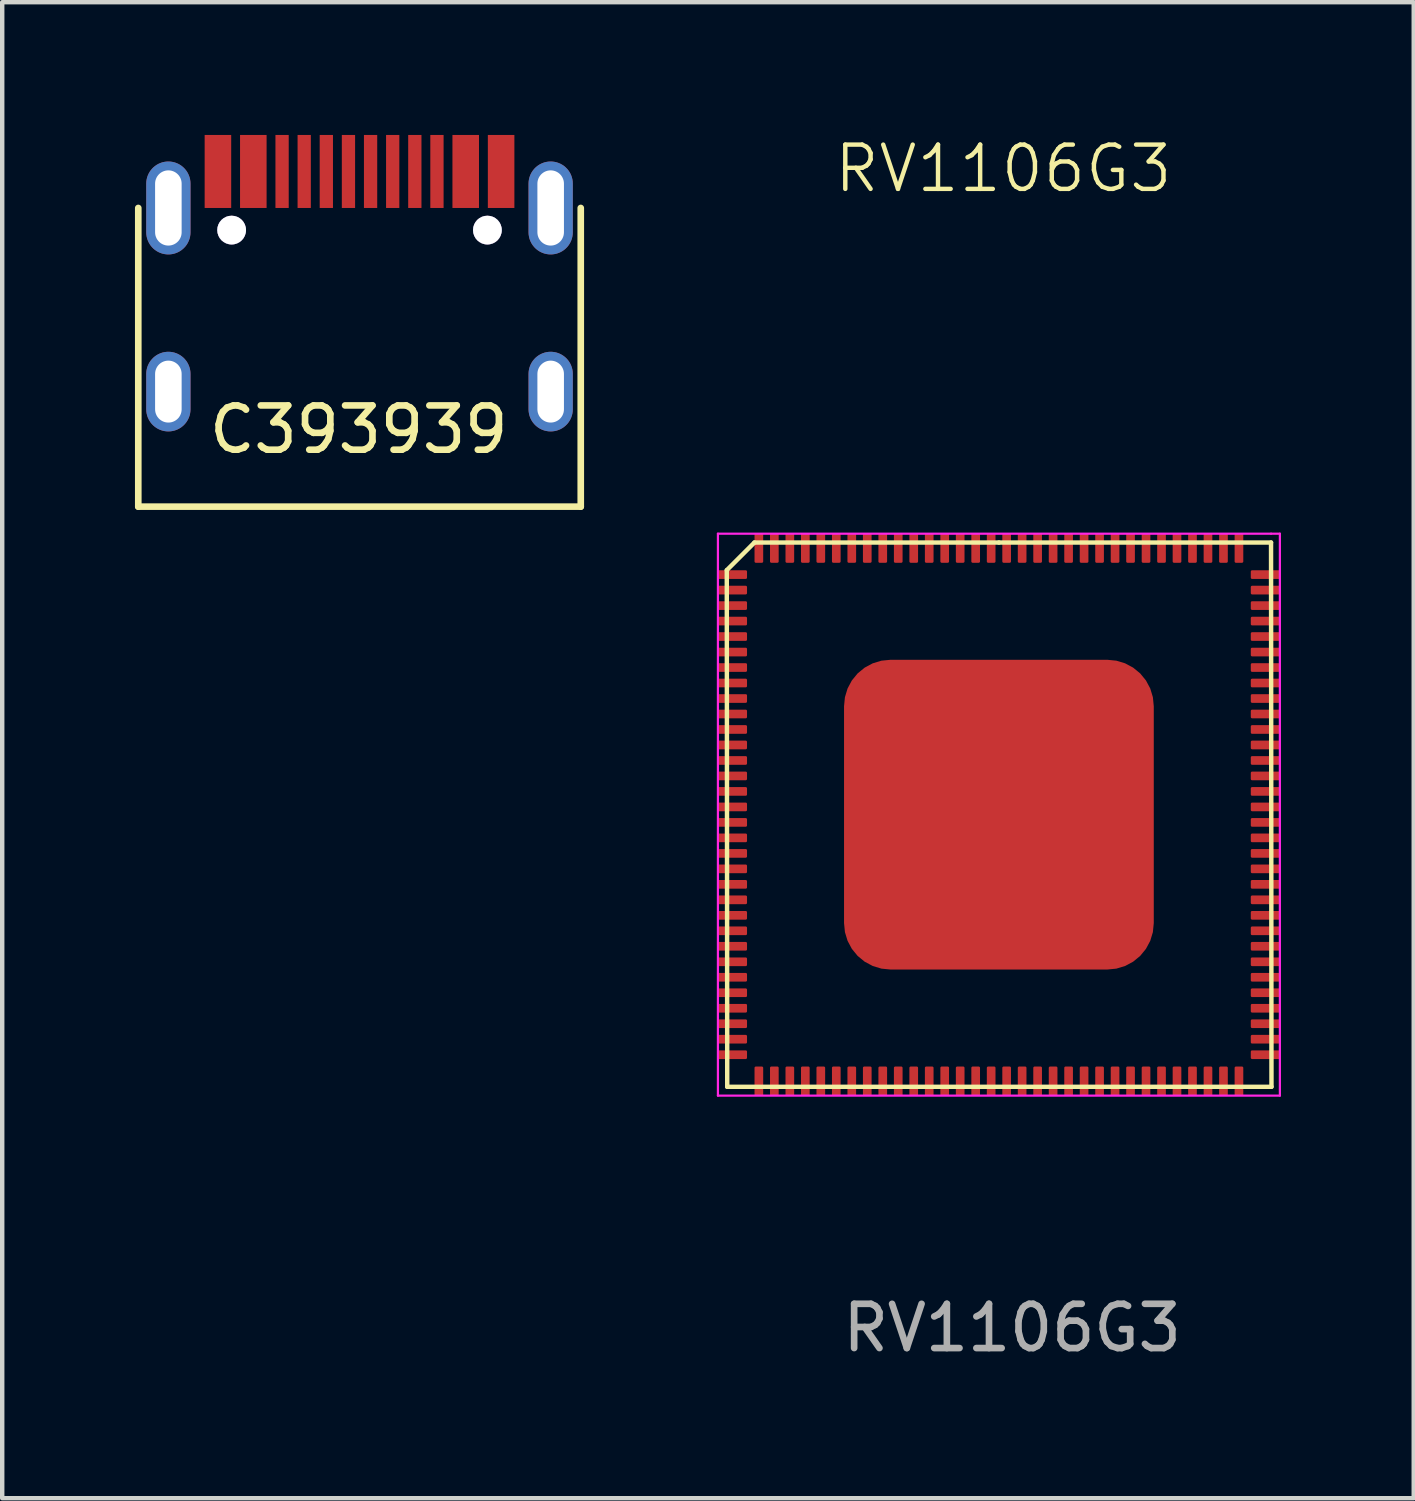
<source format=kicad_pcb>
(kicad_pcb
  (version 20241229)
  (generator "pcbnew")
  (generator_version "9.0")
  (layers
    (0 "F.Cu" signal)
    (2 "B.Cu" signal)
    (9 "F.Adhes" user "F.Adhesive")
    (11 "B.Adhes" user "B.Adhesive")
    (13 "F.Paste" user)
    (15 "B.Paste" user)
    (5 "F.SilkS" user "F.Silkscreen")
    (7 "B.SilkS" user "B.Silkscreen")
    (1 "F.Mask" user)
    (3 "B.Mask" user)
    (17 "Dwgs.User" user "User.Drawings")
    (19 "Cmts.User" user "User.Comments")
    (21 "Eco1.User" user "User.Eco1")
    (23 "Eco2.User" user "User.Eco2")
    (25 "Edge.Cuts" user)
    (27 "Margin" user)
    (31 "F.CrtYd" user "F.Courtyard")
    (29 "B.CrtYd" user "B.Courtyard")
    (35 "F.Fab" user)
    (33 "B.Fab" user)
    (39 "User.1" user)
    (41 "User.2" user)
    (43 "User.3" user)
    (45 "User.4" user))
  (footprint "RV1106G3"
    (layer "F.Cu")
    (at 19.525 15.361)
    (property "Reference" "RV1106G3" (at 0.1 -14.6 0) (unlocked yes) (layer "F.SilkS") (effects (font (size 1 1) (thickness 0.1))))
    (attr smd)
    (fp_line (start -6.15 -5.525) (end -6.14 6.15) (stroke (width 0.1) (type default)) (layer "F.SilkS"))
    (fp_line (start -6.15 -5.525) (end -5.525 -6.15) (stroke (width 0.1) (type default)) (layer "F.SilkS"))
    (fp_line (start -5.525 -6.15) (end 0 -6.15) (stroke (width 0.1) (type default)) (layer "F.SilkS"))
    (fp_line (start 0 -6.15) (end 6.15 -6.15) (stroke (width 0.1) (type default)) (layer "F.SilkS"))
    (fp_line (start 6.15 -6.15) (end 6.16 6.15) (stroke (width 0.1) (type default)) (layer "F.SilkS"))
    (fp_line (start 6.16 6.15) (end -6.14 6.15) (stroke (width 0.1) (type default)) (layer "F.SilkS"))
    (fp_line (start -6.35 -6.35) (end 6.15 -6.35) (stroke (width 0.05) (type default)) (layer "F.CrtYd"))
    (fp_line (start -6.35 6.35) (end -6.35 -6.35) (stroke (width 0.05) (type default)) (layer "F.CrtYd"))
    (fp_line (start 6.15 -6.35) (end 6.35 -6.35) (stroke (width 0.05) (type default)) (layer "F.CrtYd"))
    (fp_line (start 6.35 -6.35) (end 6.35 6.35) (stroke (width 0.05) (type default)) (layer "F.CrtYd"))
    (fp_line (start 6.35 6.35) (end -6.35 6.35) (stroke (width 0.05) (type default)) (layer "F.CrtYd"))
    (fp_text user "${REFERENCE}" (at 0.3 11.6 0) (unlocked yes) (layer "F.Fab") (effects (font (size 1 1) (thickness 0.15))))
    (pad "1" smd roundrect (at -6.025 -5.425) (size 0.665 0.196) (layers "F.Cu" "F.Mask" "F.Paste") (roundrect_rratio 0.15))
    (pad "2" smd roundrect (at -6.025 -5.075) (size 0.665 0.196) (layers "F.Cu" "F.Mask" "F.Paste") (roundrect_rratio 0.15))
    (pad "3" smd roundrect (at -6.025 -4.725) (size 0.665 0.196) (layers "F.Cu" "F.Mask" "F.Paste") (roundrect_rratio 0.15))
    (pad "4" smd roundrect (at -6.025 -4.375) (size 0.665 0.196) (layers "F.Cu" "F.Mask" "F.Paste") (roundrect_rratio 0.15))
    (pad "5" smd roundrect (at -6.025 -4.025) (size 0.665 0.196) (layers "F.Cu" "F.Mask" "F.Paste") (roundrect_rratio 0.15))
    (pad "6" smd roundrect (at -6.025 -3.675) (size 0.665 0.196) (layers "F.Cu" "F.Mask" "F.Paste") (roundrect_rratio 0.15))
    (pad "7" smd roundrect (at -6.025 -3.325) (size 0.665 0.196) (layers "F.Cu" "F.Mask" "F.Paste") (roundrect_rratio 0.15))
    (pad "8" smd roundrect (at -6.025 -2.975) (size 0.665 0.196) (layers "F.Cu" "F.Mask" "F.Paste") (roundrect_rratio 0.15))
    (pad "9" smd roundrect (at -6.025 -2.625) (size 0.665 0.196) (layers "F.Cu" "F.Mask" "F.Paste") (roundrect_rratio 0.15))
    (pad "10" smd roundrect (at -6.025 -2.275) (size 0.665 0.196) (layers "F.Cu" "F.Mask" "F.Paste") (roundrect_rratio 0.15))
    (pad "11" smd roundrect (at -6.025 -1.925) (size 0.665 0.196) (layers "F.Cu" "F.Mask" "F.Paste") (roundrect_rratio 0.15))
    (pad "12" smd roundrect (at -6.025 -1.575) (size 0.665 0.196) (layers "F.Cu" "F.Mask" "F.Paste") (roundrect_rratio 0.15))
    (pad "13" smd roundrect (at -6.025 -1.225) (size 0.665 0.196) (layers "F.Cu" "F.Mask" "F.Paste") (roundrect_rratio 0.15))
    (pad "14" smd roundrect (at -6.025 -0.875) (size 0.665 0.196) (layers "F.Cu" "F.Mask" "F.Paste") (roundrect_rratio 0.15))
    (pad "15" smd roundrect (at -6.025 -0.525) (size 0.665 0.196) (layers "F.Cu" "F.Mask" "F.Paste") (roundrect_rratio 0.15))
    (pad "16" smd roundrect (at -6.025 -0.175) (size 0.665 0.196) (layers "F.Cu" "F.Mask" "F.Paste") (roundrect_rratio 0.15))
    (pad "17" smd roundrect (at -6.025 0.175) (size 0.665 0.196) (layers "F.Cu" "F.Mask" "F.Paste") (roundrect_rratio 0.15))
    (pad "18" smd roundrect (at -6.025 0.525) (size 0.665 0.196) (layers "F.Cu" "F.Mask" "F.Paste") (roundrect_rratio 0.15))
    (pad "19" smd roundrect (at -6.025 0.875) (size 0.665 0.196) (layers "F.Cu" "F.Mask" "F.Paste") (roundrect_rratio 0.15))
    (pad "20" smd roundrect (at -6.025 1.225) (size 0.665 0.196) (layers "F.Cu" "F.Mask" "F.Paste") (roundrect_rratio 0.15))
    (pad "21" smd roundrect (at -6.025 1.575) (size 0.665 0.196) (layers "F.Cu" "F.Mask" "F.Paste") (roundrect_rratio 0.15))
    (pad "22" smd roundrect (at -6.025 1.925) (size 0.665 0.196) (layers "F.Cu" "F.Mask" "F.Paste") (roundrect_rratio 0.15))
    (pad "23" smd roundrect (at -6.025 2.275) (size 0.665 0.196) (layers "F.Cu" "F.Mask" "F.Paste") (roundrect_rratio 0.15))
    (pad "24" smd roundrect (at -6.025 2.625) (size 0.665 0.196) (layers "F.Cu" "F.Mask" "F.Paste") (roundrect_rratio 0.15))
    (pad "25" smd roundrect (at -6.025 2.975) (size 0.665 0.196) (layers "F.Cu" "F.Mask" "F.Paste") (roundrect_rratio 0.15))
    (pad "26" smd roundrect (at -6.025 3.325) (size 0.665 0.196) (layers "F.Cu" "F.Mask" "F.Paste") (roundrect_rratio 0.15))
    (pad "27" smd roundrect (at -6.025 3.675) (size 0.665 0.196) (layers "F.Cu" "F.Mask" "F.Paste") (roundrect_rratio 0.15))
    (pad "28" smd roundrect (at -6.025 4.025) (size 0.665 0.196) (layers "F.Cu" "F.Mask" "F.Paste") (roundrect_rratio 0.15))
    (pad "29" smd roundrect (at -6.025 4.375) (size 0.665 0.196) (layers "F.Cu" "F.Mask" "F.Paste") (roundrect_rratio 0.15))
    (pad "30" smd roundrect (at -6.025 4.725) (size 0.665 0.196) (layers "F.Cu" "F.Mask" "F.Paste") (roundrect_rratio 0.15))
    (pad "31" smd roundrect (at -6.025 5.075) (size 0.665 0.196) (layers "F.Cu" "F.Mask" "F.Paste") (roundrect_rratio 0.15))
    (pad "32" smd roundrect (at -6.025 5.425) (size 0.665 0.196) (layers "F.Cu" "F.Mask" "F.Paste") (roundrect_rratio 0.15))
    (pad "33" smd roundrect (at -5.425 6.025 90) (size 0.665 0.196) (layers "F.Cu" "F.Mask" "F.Paste") (roundrect_rratio 0.15))
    (pad "34" smd roundrect (at -5.075 6.025 90) (size 0.665 0.196) (layers "F.Cu" "F.Mask" "F.Paste") (roundrect_rratio 0.15))
    (pad "35" smd roundrect (at -4.725 6.025 90) (size 0.665 0.196) (layers "F.Cu" "F.Mask" "F.Paste") (roundrect_rratio 0.15))
    (pad "36" smd roundrect (at -4.375 6.025 90) (size 0.665 0.196) (layers "F.Cu" "F.Mask" "F.Paste") (roundrect_rratio 0.15))
    (pad "37" smd roundrect (at -4.025 6.025 90) (size 0.665 0.196) (layers "F.Cu" "F.Mask" "F.Paste") (roundrect_rratio 0.15))
    (pad "38" smd roundrect (at -3.675 6.025 90) (size 0.665 0.196) (layers "F.Cu" "F.Mask" "F.Paste") (roundrect_rratio 0.15))
    (pad "39" smd roundrect (at -3.325 6.025 90) (size 0.665 0.196) (layers "F.Cu" "F.Mask" "F.Paste") (roundrect_rratio 0.15))
    (pad "40" smd roundrect (at -2.975 6.025 90) (size 0.665 0.196) (layers "F.Cu" "F.Mask" "F.Paste") (roundrect_rratio 0.15))
    (pad "41" smd roundrect (at -2.625 6.025 90) (size 0.665 0.196) (layers "F.Cu" "F.Mask" "F.Paste") (roundrect_rratio 0.15))
    (pad "42" smd roundrect (at -2.275 6.025 90) (size 0.665 0.196) (layers "F.Cu" "F.Mask" "F.Paste") (roundrect_rratio 0.15))
    (pad "43" smd roundrect (at -1.925 6.025 90) (size 0.665 0.196) (layers "F.Cu" "F.Mask" "F.Paste") (roundrect_rratio 0.15))
    (pad "44" smd roundrect (at -1.575 6.025 90) (size 0.665 0.196) (layers "F.Cu" "F.Mask" "F.Paste") (roundrect_rratio 0.15))
    (pad "45" smd roundrect (at -1.225 6.025 90) (size 0.665 0.196) (layers "F.Cu" "F.Mask" "F.Paste") (roundrect_rratio 0.15))
    (pad "46" smd roundrect (at -0.875 6.025 90) (size 0.665 0.196) (layers "F.Cu" "F.Mask" "F.Paste") (roundrect_rratio 0.15))
    (pad "47" smd roundrect (at -0.525 6.025 90) (size 0.665 0.196) (layers "F.Cu" "F.Mask" "F.Paste") (roundrect_rratio 0.15))
    (pad "48" smd roundrect (at -0.175 6.025 90) (size 0.665 0.196) (layers "F.Cu" "F.Mask" "F.Paste") (roundrect_rratio 0.15))
    (pad "49" smd roundrect (at 0.175 6.025 90) (size 0.665 0.196) (layers "F.Cu" "F.Mask" "F.Paste") (roundrect_rratio 0.15))
    (pad "50" smd roundrect (at 0.525 6.025 90) (size 0.665 0.196) (layers "F.Cu" "F.Mask" "F.Paste") (roundrect_rratio 0.15))
    (pad "51" smd roundrect (at 0.875 6.025 90) (size 0.665 0.196) (layers "F.Cu" "F.Mask" "F.Paste") (roundrect_rratio 0.15))
    (pad "52" smd roundrect (at 1.225 6.025 90) (size 0.665 0.196) (layers "F.Cu" "F.Mask" "F.Paste") (roundrect_rratio 0.15))
    (pad "53" smd roundrect (at 1.575 6.025 90) (size 0.665 0.196) (layers "F.Cu" "F.Mask" "F.Paste") (roundrect_rratio 0.15))
    (pad "54" smd roundrect (at 1.925 6.025 90) (size 0.665 0.196) (layers "F.Cu" "F.Mask" "F.Paste") (roundrect_rratio 0.15))
    (pad "55" smd roundrect (at 2.275 6.025 90) (size 0.665 0.196) (layers "F.Cu" "F.Mask" "F.Paste") (roundrect_rratio 0.15))
    (pad "56" smd roundrect (at 2.625 6.025 90) (size 0.665 0.196) (layers "F.Cu" "F.Mask" "F.Paste") (roundrect_rratio 0.15))
    (pad "57" smd roundrect (at 2.975 6.025 90) (size 0.665 0.196) (layers "F.Cu" "F.Mask" "F.Paste") (roundrect_rratio 0.15))
    (pad "58" smd roundrect (at 3.325 6.025 90) (size 0.665 0.196) (layers "F.Cu" "F.Mask" "F.Paste") (roundrect_rratio 0.15))
    (pad "59" smd roundrect (at 3.675 6.025 90) (size 0.665 0.196) (layers "F.Cu" "F.Mask" "F.Paste") (roundrect_rratio 0.15))
    (pad "60" smd roundrect (at 4.025 6.025 90) (size 0.665 0.196) (layers "F.Cu" "F.Mask" "F.Paste") (roundrect_rratio 0.15))
    (pad "61" smd roundrect (at 4.375 6.025 90) (size 0.665 0.196) (layers "F.Cu" "F.Mask" "F.Paste") (roundrect_rratio 0.15))
    (pad "62" smd roundrect (at 4.725 6.025 90) (size 0.665 0.196) (layers "F.Cu" "F.Mask" "F.Paste") (roundrect_rratio 0.15))
    (pad "63" smd roundrect (at 5.075 6.025 90) (size 0.665 0.196) (layers "F.Cu" "F.Mask" "F.Paste") (roundrect_rratio 0.15))
    (pad "64" smd roundrect (at 5.425 6.025 90) (size 0.665 0.196) (layers "F.Cu" "F.Mask" "F.Paste") (roundrect_rratio 0.15))
    (pad "65" smd roundrect (at 6.025 5.425) (size 0.665 0.196) (layers "F.Cu" "F.Mask" "F.Paste") (roundrect_rratio 0.15))
    (pad "66" smd roundrect (at 6.025 5.075) (size 0.665 0.196) (layers "F.Cu" "F.Mask" "F.Paste") (roundrect_rratio 0.15))
    (pad "67" smd roundrect (at 6.025 4.725) (size 0.665 0.196) (layers "F.Cu" "F.Mask" "F.Paste") (roundrect_rratio 0.15))
    (pad "68" smd roundrect (at 6.025 4.375) (size 0.665 0.196) (layers "F.Cu" "F.Mask" "F.Paste") (roundrect_rratio 0.15))
    (pad "69" smd roundrect (at 6.025 4.025) (size 0.665 0.196) (layers "F.Cu" "F.Mask" "F.Paste") (roundrect_rratio 0.15))
    (pad "70" smd roundrect (at 6.025 3.675) (size 0.665 0.196) (layers "F.Cu" "F.Mask" "F.Paste") (roundrect_rratio 0.15))
    (pad "71" smd roundrect (at 6.025 3.325) (size 0.665 0.196) (layers "F.Cu" "F.Mask" "F.Paste") (roundrect_rratio 0.15))
    (pad "72" smd roundrect (at 6.025 2.975) (size 0.665 0.196) (layers "F.Cu" "F.Mask" "F.Paste") (roundrect_rratio 0.15))
    (pad "73" smd roundrect (at 6.025 2.625) (size 0.665 0.196) (layers "F.Cu" "F.Mask" "F.Paste") (roundrect_rratio 0.15))
    (pad "74" smd roundrect (at 6.025 2.275) (size 0.665 0.196) (layers "F.Cu" "F.Mask" "F.Paste") (roundrect_rratio 0.15))
    (pad "75" smd roundrect (at 6.025 1.925) (size 0.665 0.196) (layers "F.Cu" "F.Mask" "F.Paste") (roundrect_rratio 0.15))
    (pad "76" smd roundrect (at 6.025 1.575) (size 0.665 0.196) (layers "F.Cu" "F.Mask" "F.Paste") (roundrect_rratio 0.15))
    (pad "77" smd roundrect (at 6.025 1.225) (size 0.665 0.196) (layers "F.Cu" "F.Mask" "F.Paste") (roundrect_rratio 0.15))
    (pad "78" smd roundrect (at 6.025 0.875) (size 0.665 0.196) (layers "F.Cu" "F.Mask" "F.Paste") (roundrect_rratio 0.15))
    (pad "79" smd roundrect (at 6.025 0.525) (size 0.665 0.196) (layers "F.Cu" "F.Mask" "F.Paste") (roundrect_rratio 0.15))
    (pad "80" smd roundrect (at 6.025 0.175) (size 0.665 0.196) (layers "F.Cu" "F.Mask" "F.Paste") (roundrect_rratio 0.15))
    (pad "81" smd roundrect (at 6.025 -0.175) (size 0.665 0.196) (layers "F.Cu" "F.Mask" "F.Paste") (roundrect_rratio 0.15))
    (pad "82" smd roundrect (at 6.025 -0.525) (size 0.665 0.196) (layers "F.Cu" "F.Mask" "F.Paste") (roundrect_rratio 0.15))
    (pad "83" smd roundrect (at 6.025 -0.875) (size 0.665 0.196) (layers "F.Cu" "F.Mask" "F.Paste") (roundrect_rratio 0.15))
    (pad "84" smd roundrect (at 6.025 -1.225) (size 0.665 0.196) (layers "F.Cu" "F.Mask" "F.Paste") (roundrect_rratio 0.15))
    (pad "85" smd roundrect (at 6.025 -1.575) (size 0.665 0.196) (layers "F.Cu" "F.Mask" "F.Paste") (roundrect_rratio 0.15))
    (pad "86" smd roundrect (at 6.025 -1.925) (size 0.665 0.196) (layers "F.Cu" "F.Mask" "F.Paste") (roundrect_rratio 0.15))
    (pad "87" smd roundrect (at 6.025 -2.275) (size 0.665 0.196) (layers "F.Cu" "F.Mask" "F.Paste") (roundrect_rratio 0.15))
    (pad "88" smd roundrect (at 6.025 -2.625) (size 0.665 0.196) (layers "F.Cu" "F.Mask" "F.Paste") (roundrect_rratio 0.15))
    (pad "89" smd roundrect (at 6.025 -2.975) (size 0.665 0.196) (layers "F.Cu" "F.Mask" "F.Paste") (roundrect_rratio 0.15))
    (pad "90" smd roundrect (at 6.025 -3.325) (size 0.665 0.196) (layers "F.Cu" "F.Mask" "F.Paste") (roundrect_rratio 0.15))
    (pad "91" smd roundrect (at 6.025 -3.675) (size 0.665 0.196) (layers "F.Cu" "F.Mask" "F.Paste") (roundrect_rratio 0.15))
    (pad "92" smd roundrect (at 6.025 -4.025) (size 0.665 0.196) (layers "F.Cu" "F.Mask" "F.Paste") (roundrect_rratio 0.15))
    (pad "93" smd roundrect (at 6.025 -4.375) (size 0.665 0.196) (layers "F.Cu" "F.Mask" "F.Paste") (roundrect_rratio 0.15))
    (pad "94" smd roundrect (at 6.025 -4.725) (size 0.665 0.196) (layers "F.Cu" "F.Mask" "F.Paste") (roundrect_rratio 0.15))
    (pad "95" smd roundrect (at 6.025 -5.075) (size 0.665 0.196) (layers "F.Cu" "F.Mask" "F.Paste") (roundrect_rratio 0.15))
    (pad "96" smd roundrect (at 6.025 -5.425) (size 0.665 0.196) (layers "F.Cu" "F.Mask" "F.Paste") (roundrect_rratio 0.15))
    (pad "97" smd roundrect (at 5.425 -6.025 90) (size 0.665 0.196) (layers "F.Cu" "F.Mask" "F.Paste") (roundrect_rratio 0.15))
    (pad "98" smd roundrect (at 5.075 -6.025 90) (size 0.665 0.196) (layers "F.Cu" "F.Mask" "F.Paste") (roundrect_rratio 0.15))
    (pad "99" smd roundrect (at 4.725 -6.025 90) (size 0.665 0.196) (layers "F.Cu" "F.Mask" "F.Paste") (roundrect_rratio 0.15))
    (pad "100" smd roundrect (at 4.375 -6.025 90) (size 0.665 0.196) (layers "F.Cu" "F.Mask" "F.Paste") (roundrect_rratio 0.15))
    (pad "101" smd roundrect (at 4.025 -6.025 90) (size 0.665 0.196) (layers "F.Cu" "F.Mask" "F.Paste") (roundrect_rratio 0.15))
    (pad "102" smd roundrect (at 3.675 -6.025 90) (size 0.665 0.196) (layers "F.Cu" "F.Mask" "F.Paste") (roundrect_rratio 0.15))
    (pad "103" smd roundrect (at 3.325 -6.025 90) (size 0.665 0.196) (layers "F.Cu" "F.Mask" "F.Paste") (roundrect_rratio 0.15))
    (pad "104" smd roundrect (at 2.975 -6.025 90) (size 0.665 0.196) (layers "F.Cu" "F.Mask" "F.Paste") (roundrect_rratio 0.15))
    (pad "105" smd roundrect (at 2.625 -6.025 90) (size 0.665 0.196) (layers "F.Cu" "F.Mask" "F.Paste") (roundrect_rratio 0.15))
    (pad "106" smd roundrect (at 2.275 -6.025 90) (size 0.665 0.196) (layers "F.Cu" "F.Mask" "F.Paste") (roundrect_rratio 0.15))
    (pad "107" smd roundrect (at 1.925 -6.025 90) (size 0.665 0.196) (layers "F.Cu" "F.Mask" "F.Paste") (roundrect_rratio 0.15))
    (pad "108" smd roundrect (at 1.575 -6.025 90) (size 0.665 0.196) (layers "F.Cu" "F.Mask" "F.Paste") (roundrect_rratio 0.15))
    (pad "109" smd roundrect (at 1.225 -6.025 90) (size 0.665 0.196) (layers "F.Cu" "F.Mask" "F.Paste") (roundrect_rratio 0.15))
    (pad "110" smd roundrect (at 0.875 -6.025 90) (size 0.665 0.196) (layers "F.Cu" "F.Mask" "F.Paste") (roundrect_rratio 0.15))
    (pad "111" smd roundrect (at 0.525 -6.025 90) (size 0.665 0.196) (layers "F.Cu" "F.Mask" "F.Paste") (roundrect_rratio 0.15))
    (pad "112" smd roundrect (at 0.175 -6.025 90) (size 0.665 0.196) (layers "F.Cu" "F.Mask" "F.Paste") (roundrect_rratio 0.15))
    (pad "113" smd roundrect (at -0.175 -6.025 90) (size 0.665 0.196) (layers "F.Cu" "F.Mask" "F.Paste") (roundrect_rratio 0.15))
    (pad "114" smd roundrect (at -0.525 -6.025 90) (size 0.665 0.196) (layers "F.Cu" "F.Mask" "F.Paste") (roundrect_rratio 0.15))
    (pad "115" smd roundrect (at -0.875 -6.025 90) (size 0.665 0.196) (layers "F.Cu" "F.Mask" "F.Paste") (roundrect_rratio 0.15))
    (pad "116" smd roundrect (at -1.225 -6.025 90) (size 0.665 0.196) (layers "F.Cu" "F.Mask" "F.Paste") (roundrect_rratio 0.15))
    (pad "117" smd roundrect (at -1.575 -6.025 90) (size 0.665 0.196) (layers "F.Cu" "F.Mask" "F.Paste") (roundrect_rratio 0.15))
    (pad "118" smd roundrect (at -1.925 -6.025 90) (size 0.665 0.196) (layers "F.Cu" "F.Mask" "F.Paste") (roundrect_rratio 0.15))
    (pad "119" smd roundrect (at -2.275 -6.025 90) (size 0.665 0.196) (layers "F.Cu" "F.Mask" "F.Paste") (roundrect_rratio 0.15))
    (pad "120" smd roundrect (at -2.625 -6.025 90) (size 0.665 0.196) (layers "F.Cu" "F.Mask" "F.Paste") (roundrect_rratio 0.15))
    (pad "121" smd roundrect (at -2.975 -6.025 90) (size 0.665 0.196) (layers "F.Cu" "F.Mask" "F.Paste") (roundrect_rratio 0.15))
    (pad "122" smd roundrect (at -3.325 -6.025 90) (size 0.665 0.196) (layers "F.Cu" "F.Mask" "F.Paste") (roundrect_rratio 0.15))
    (pad "123" smd roundrect (at -3.675 -6.025 90) (size 0.665 0.196) (layers "F.Cu" "F.Mask" "F.Paste") (roundrect_rratio 0.15))
    (pad "124" smd roundrect (at -4.025 -6.025 90) (size 0.665 0.196) (layers "F.Cu" "F.Mask" "F.Paste") (roundrect_rratio 0.15))
    (pad "125" smd roundrect (at -4.375 -6.025 90) (size 0.665 0.196) (layers "F.Cu" "F.Mask" "F.Paste") (roundrect_rratio 0.15))
    (pad "126" smd roundrect (at -4.725 -6.025 90) (size 0.665 0.196) (layers "F.Cu" "F.Mask" "F.Paste") (roundrect_rratio 0.15))
    (pad "127" smd roundrect (at -5.075 -6.025 90) (size 0.665 0.196) (layers "F.Cu" "F.Mask" "F.Paste") (roundrect_rratio 0.15))
    (pad "128" smd roundrect (at -5.425 -6.025 90) (size 0.665 0.196) (layers "F.Cu" "F.Mask" "F.Paste") (roundrect_rratio 0.15))
    (pad "129" smd roundrect (at 0 0 90) (size 7 7) (layers "F.Cu" "F.Mask" "F.Paste") (roundrect_rratio 0.15)))
  (footprint "C393939"
    (layer "F.Cu")
    (at 5.075 1.65)
    (property "Reference" "C393939" (at -0.017 5.008 180) (layer "F.SilkS") (effects (font (size 1 1) (thickness 0.15))))
    (attr through_hole)
    (fp_line (start -5 0) (end -5 6.75) (stroke (width 0.15) (type solid)) (layer "F.SilkS"))
    (fp_line (start -5 6.75) (end 5 6.75) (stroke (width 0.15) (type solid)) (layer "F.SilkS"))
    (fp_line (start 5 6.75) (end 5 0) (stroke (width 0.15) (type solid)) (layer "F.SilkS"))
    (pad "" thru_hole circle (at -2.89 0.5) (size 0.65 0.65) (drill 0.65) (layers "*.Cu" "*.Mask"))
    (pad "" thru_hole circle (at 2.89 0.5) (size 0.65 0.65) (drill 0.65) (layers "*.Cu" "*.Mask"))
    (pad "A1" smd rect (at -3.2 -0.825) (size 0.6 1.65) (layers "F.Cu" "F.Mask" "F.Paste"))
    (pad "A1" smd rect (at 3.2 -0.825) (size 0.6 1.65) (layers "F.Cu" "F.Mask" "F.Paste"))
    (pad "A4" smd rect (at -2.4 -0.825) (size 0.6 1.65) (layers "F.Cu" "F.Mask" "F.Paste"))
    (pad "A4" smd rect (at 2.4 -0.825) (size 0.6 1.65) (layers "F.Cu" "F.Mask" "F.Paste"))
    (pad "A5" smd rect (at -1.25 -0.825) (size 0.3 1.65) (layers "F.Cu" "F.Mask" "F.Paste"))
    (pad "A6" smd rect (at -0.25 -0.825) (size 0.3 1.65) (layers "F.Cu" "F.Mask" "F.Paste"))
    (pad "A6" smd rect (at 0.75 -0.825) (size 0.3 1.65) (layers "F.Cu" "F.Mask" "F.Paste"))
    (pad "A7" smd rect (at -0.75 -0.825) (size 0.3 1.65) (layers "F.Cu" "F.Mask" "F.Paste"))
    (pad "A7" smd rect (at 0.25 -0.825) (size 0.3 1.65) (layers "F.Cu" "F.Mask" "F.Paste"))
    (pad "A8" smd rect (at -1.75 -0.825) (size 0.3 1.65) (layers "F.Cu" "F.Mask" "F.Paste"))
    (pad "B5" smd rect (at 1.75 -0.825) (size 0.3 1.65) (layers "F.Cu" "F.Mask" "F.Paste"))
    (pad "B8" smd rect (at 1.25 -0.825) (size 0.3 1.65) (layers "F.Cu" "F.Mask" "F.Paste"))
    (pad "S1" thru_hole oval (at -4.32 0) (size 1 2.1) (drill oval 0.6 1.7) (layers "*.Cu" "*.Mask"))
    (pad "S1" thru_hole oval (at -4.32 4.15) (size 1 1.8) (drill oval 0.6 1.4) (layers "*.Cu" "*.Mask"))
    (pad "S1" thru_hole oval (at 4.32 0) (size 1 2.1) (drill oval 0.6 1.7) (layers "*.Cu" "*.Mask"))
    (pad "S1" thru_hole oval (at 4.32 4.15) (size 1 1.8) (drill oval 0.6 1.4) (layers "*.Cu" "*.Mask")))
  (gr_rect
    (start -3 -3)
    (end 28.9 30.809)
    (stroke (width 0.1) (type default))
    (fill no)
    (layer "Edge.Cuts")))
</source>
